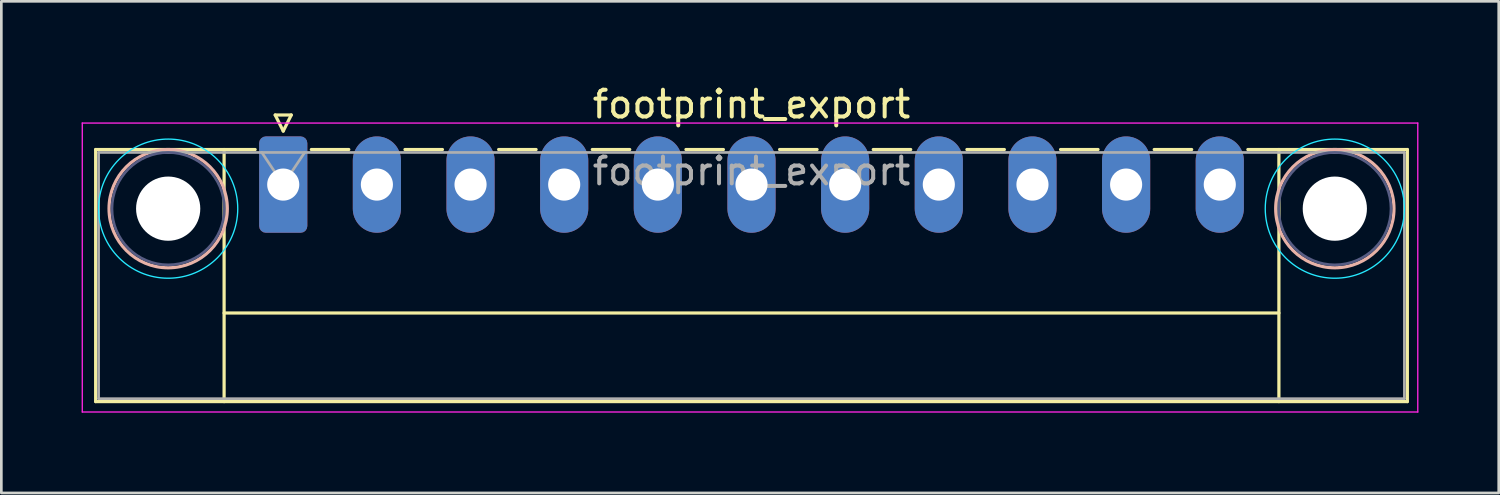
<source format=kicad_pcb>
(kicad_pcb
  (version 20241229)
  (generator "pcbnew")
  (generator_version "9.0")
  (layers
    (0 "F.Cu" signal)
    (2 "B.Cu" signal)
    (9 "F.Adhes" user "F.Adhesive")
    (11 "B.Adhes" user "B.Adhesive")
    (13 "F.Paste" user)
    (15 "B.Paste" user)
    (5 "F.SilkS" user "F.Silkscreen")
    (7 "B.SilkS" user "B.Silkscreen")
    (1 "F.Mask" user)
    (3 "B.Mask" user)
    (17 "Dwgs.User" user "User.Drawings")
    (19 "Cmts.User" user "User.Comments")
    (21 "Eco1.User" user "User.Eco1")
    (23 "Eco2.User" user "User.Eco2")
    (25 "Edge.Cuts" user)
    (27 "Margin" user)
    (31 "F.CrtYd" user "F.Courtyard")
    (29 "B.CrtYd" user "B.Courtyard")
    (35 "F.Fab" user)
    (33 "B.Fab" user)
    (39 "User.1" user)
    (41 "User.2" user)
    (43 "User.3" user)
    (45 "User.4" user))
  (footprint "footprint_export"
    (layer "F.Cu")
    (at 7.535 3.848)
    (property "Reference" "footprint_export" (at 17.5 -3 0) (layer "F.SilkS") (effects (font (size 1 1) (thickness 0.15))))
    (attr through_hole)
    (fp_line (start -7.01 -1.31) (end -7.01 8.11) (stroke (width 0.12) (type solid)) (layer "F.SilkS"))
    (fp_line (start -7.01 -1.31) (end -1.05 -1.31) (stroke (width 0.12) (type solid)) (layer "F.SilkS"))
    (fp_line (start -7.01 8.11) (end 42.01 8.11) (stroke (width 0.12) (type solid)) (layer "F.SilkS"))
    (fp_line (start -2.21 -1.31) (end -2.21 8.11) (stroke (width 0.12) (type solid)) (layer "F.SilkS"))
    (fp_line (start -2.21 4.8) (end 37.21 4.8) (stroke (width 0.12) (type solid)) (layer "F.SilkS"))
    (fp_line (start -0.3 -2.6) (end 0.3 -2.6) (stroke (width 0.12) (type solid)) (layer "F.SilkS"))
    (fp_line (start 0 -2) (end -0.3 -2.6) (stroke (width 0.12) (type solid)) (layer "F.SilkS"))
    (fp_line (start 0.3 -2.6) (end 0 -2) (stroke (width 0.12) (type solid)) (layer "F.SilkS"))
    (fp_line (start 1.05 -1.31) (end 2.45 -1.31) (stroke (width 0.12) (type solid)) (layer "F.SilkS"))
    (fp_line (start 4.55 -1.31) (end 5.95 -1.31) (stroke (width 0.12) (type solid)) (layer "F.SilkS"))
    (fp_line (start 8.05 -1.31) (end 9.45 -1.31) (stroke (width 0.12) (type solid)) (layer "F.SilkS"))
    (fp_line (start 11.55 -1.31) (end 12.95 -1.31) (stroke (width 0.12) (type solid)) (layer "F.SilkS"))
    (fp_line (start 15.05 -1.31) (end 16.45 -1.31) (stroke (width 0.12) (type solid)) (layer "F.SilkS"))
    (fp_line (start 18.55 -1.31) (end 19.95 -1.31) (stroke (width 0.12) (type solid)) (layer "F.SilkS"))
    (fp_line (start 22.05 -1.31) (end 23.45 -1.31) (stroke (width 0.12) (type solid)) (layer "F.SilkS"))
    (fp_line (start 25.55 -1.31) (end 26.95 -1.31) (stroke (width 0.12) (type solid)) (layer "F.SilkS"))
    (fp_line (start 29.05 -1.31) (end 30.45 -1.31) (stroke (width 0.12) (type solid)) (layer "F.SilkS"))
    (fp_line (start 32.55 -1.31) (end 33.95 -1.31) (stroke (width 0.12) (type solid)) (layer "F.SilkS"))
    (fp_line (start 37.21 -1.31) (end 37.21 8.11) (stroke (width 0.12) (type solid)) (layer "F.SilkS"))
    (fp_line (start 42.01 -1.31) (end 36.05 -1.31) (stroke (width 0.12) (type solid)) (layer "F.SilkS"))
    (fp_line (start 42.01 8.11) (end 42.01 -1.31) (stroke (width 0.12) (type solid)) (layer "F.SilkS"))
    (fp_circle (center -4.3 0.9) (end -2.09 0.9) (stroke (width 0.12) (type solid)) (fill no) (layer "B.SilkS"))
    (fp_circle (center 39.3 0.9) (end 41.51 0.9) (stroke (width 0.12) (type solid)) (fill no) (layer "B.SilkS"))
    (fp_circle (center -4.3 0.9) (end -1.7 0.9) (stroke (width 0.05) (type solid)) (fill no) (layer "B.CrtYd"))
    (fp_circle (center 39.3 0.9) (end 41.9 0.9) (stroke (width 0.05) (type solid)) (fill no) (layer "B.CrtYd"))
    (fp_line (start -7.51 -2.3) (end -7.51 8.5) (stroke (width 0.05) (type solid)) (layer "F.CrtYd"))
    (fp_line (start -7.51 8.5) (end 42.4 8.5) (stroke (width 0.05) (type solid)) (layer "F.CrtYd"))
    (fp_line (start 42.4 -2.3) (end -7.51 -2.3) (stroke (width 0.05) (type solid)) (layer "F.CrtYd"))
    (fp_line (start 42.4 8.5) (end 42.4 -2.3) (stroke (width 0.05) (type solid)) (layer "F.CrtYd"))
    (fp_circle (center -4.3 0.9) (end -2.2 0.9) (stroke (width 0.1) (type solid)) (fill no) (layer "B.Fab"))
    (fp_circle (center 39.3 0.9) (end 41.4 0.9) (stroke (width 0.1) (type solid)) (fill no) (layer "B.Fab"))
    (fp_line (start -6.9 -1.2) (end -6.9 8) (stroke (width 0.1) (type solid)) (layer "F.Fab"))
    (fp_line (start -6.9 8) (end 41.9 8) (stroke (width 0.1) (type solid)) (layer "F.Fab"))
    (fp_line (start 0 0) (end -0.8 -1.2) (stroke (width 0.1) (type solid)) (layer "F.Fab"))
    (fp_line (start 0.8 -1.2) (end 0 0) (stroke (width 0.1) (type solid)) (layer "F.Fab"))
    (fp_line (start 41.9 -1.2) (end -6.9 -1.2) (stroke (width 0.1) (type solid)) (layer "F.Fab"))
    (fp_line (start 41.9 8) (end 41.9 -1.2) (stroke (width 0.1) (type solid)) (layer "F.Fab"))
    (fp_text user "${REFERENCE}" (at 17.5 -0.5 0) (layer "F.Fab") (effects (font (size 1 1) (thickness 0.15))))
    (pad "" np_thru_hole circle (at -4.3 0.9) (size 2.4 2.4) (drill 2.4) (layers "*.Cu" "*.Mask"))
    (pad "" np_thru_hole circle (at 39.3 0.9) (size 2.4 2.4) (drill 2.4) (layers "*.Cu" "*.Mask"))
    (pad "1" thru_hole roundrect (at 0 0) (size 1.8 3.6) (drill 1.2) (layers "*.Cu" "*.Mask") (roundrect_rratio 0.139))
    (pad "2" thru_hole oval (at 3.5 0) (size 1.8 3.6) (drill 1.2) (layers "*.Cu" "*.Mask"))
    (pad "3" thru_hole oval (at 7 0) (size 1.8 3.6) (drill 1.2) (layers "*.Cu" "*.Mask"))
    (pad "4" thru_hole oval (at 10.5 0) (size 1.8 3.6) (drill 1.2) (layers "*.Cu" "*.Mask"))
    (pad "5" thru_hole oval (at 14 0) (size 1.8 3.6) (drill 1.2) (layers "*.Cu" "*.Mask"))
    (pad "6" thru_hole oval (at 17.5 0) (size 1.8 3.6) (drill 1.2) (layers "*.Cu" "*.Mask"))
    (pad "7" thru_hole oval (at 21 0) (size 1.8 3.6) (drill 1.2) (layers "*.Cu" "*.Mask"))
    (pad "8" thru_hole oval (at 24.5 0) (size 1.8 3.6) (drill 1.2) (layers "*.Cu" "*.Mask"))
    (pad "9" thru_hole oval (at 28 0) (size 1.8 3.6) (drill 1.2) (layers "*.Cu" "*.Mask"))
    (pad "10" thru_hole oval (at 31.5 0) (size 1.8 3.6) (drill 1.2) (layers "*.Cu" "*.Mask"))
    (pad "11" thru_hole oval (at 35 0) (size 1.8 3.6) (drill 1.2) (layers "*.Cu" "*.Mask")))
  (gr_rect
    (start -3 -3)
    (end 52.96 15.373)
    (stroke (width 0.1) (type default))
    (fill no)
    (layer "Edge.Cuts")))
</source>
